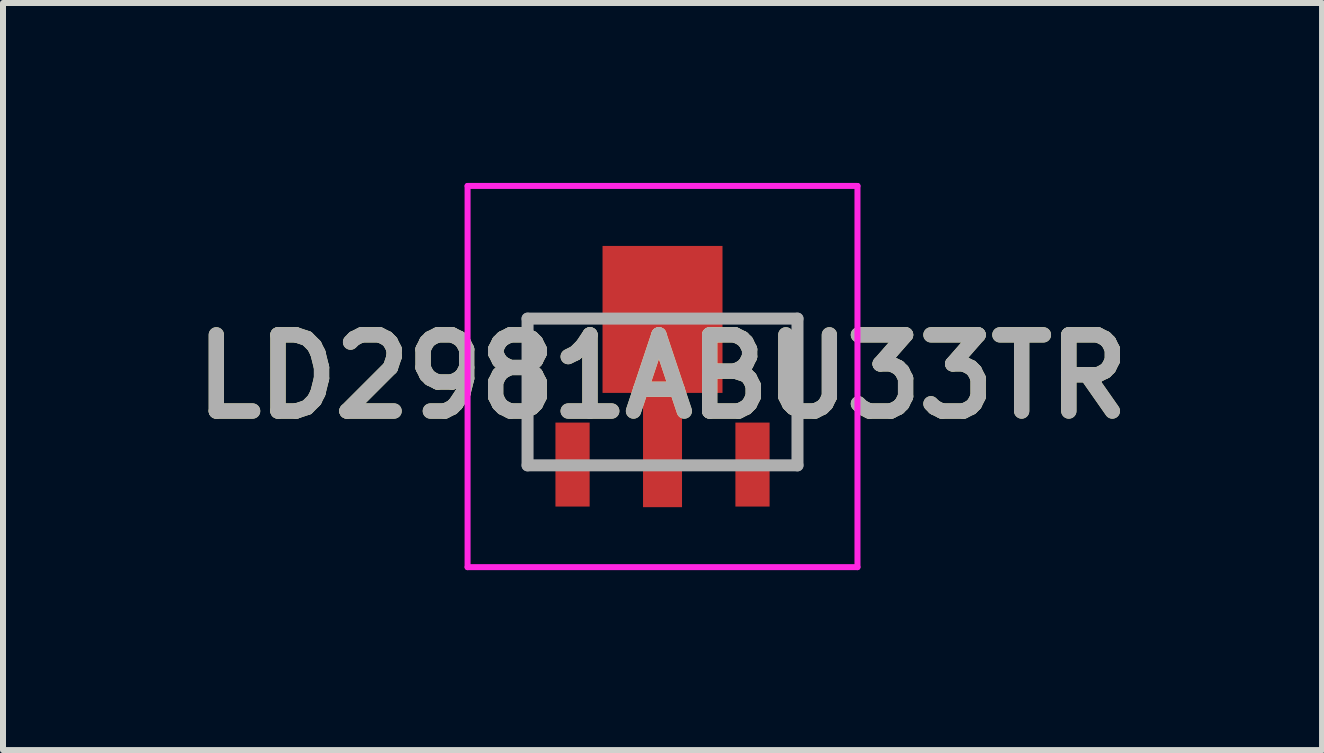
<source format=kicad_pcb>
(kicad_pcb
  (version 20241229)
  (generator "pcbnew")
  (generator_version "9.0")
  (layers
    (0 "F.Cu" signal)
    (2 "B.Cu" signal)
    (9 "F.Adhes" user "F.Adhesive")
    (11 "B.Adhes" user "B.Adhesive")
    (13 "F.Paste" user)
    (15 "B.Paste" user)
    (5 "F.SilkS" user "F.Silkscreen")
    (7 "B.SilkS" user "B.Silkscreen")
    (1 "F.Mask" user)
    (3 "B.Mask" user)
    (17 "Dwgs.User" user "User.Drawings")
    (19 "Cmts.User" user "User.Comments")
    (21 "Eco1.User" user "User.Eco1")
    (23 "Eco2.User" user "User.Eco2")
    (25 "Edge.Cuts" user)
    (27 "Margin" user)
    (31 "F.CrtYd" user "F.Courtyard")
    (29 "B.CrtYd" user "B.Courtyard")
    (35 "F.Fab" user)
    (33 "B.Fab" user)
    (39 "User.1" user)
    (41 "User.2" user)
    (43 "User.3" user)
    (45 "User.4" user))
  (footprint "LD2981ABU33TR"
    (layer "F.Cu")
    (at 7.995 3.485)
    (property "Reference" "LD2981ABU33TR" (at 0 -0.257 0) (layer "F.SilkS") (effects (font (size 1.27 1.27) (thickness 0.254))))
    (attr smd)
    (fp_line (start -2.25 -1.223) (end -2.25 1.223) (stroke (width 0.1) (type solid)) (layer "F.SilkS"))
    (fp_line (start -1.4 -1.223) (end -2.25 -1.223) (stroke (width 0.1) (type solid)) (layer "F.SilkS"))
    (fp_line (start 1.3 -1.223) (end 2.25 -1.223) (stroke (width 0.1) (type solid)) (layer "F.SilkS"))
    (fp_line (start 2.25 -1.223) (end 2.25 1.21) (stroke (width 0.1) (type solid)) (layer "F.SilkS"))
    (fp_line (start -3.25 -3.435) (end 3.25 -3.435) (stroke (width 0.1) (type solid)) (layer "F.CrtYd"))
    (fp_line (start -3.25 2.92) (end -3.25 -3.435) (stroke (width 0.1) (type solid)) (layer "F.CrtYd"))
    (fp_line (start 3.25 -3.435) (end 3.25 2.92) (stroke (width 0.1) (type solid)) (layer "F.CrtYd"))
    (fp_line (start 3.25 2.92) (end -3.25 2.92) (stroke (width 0.1) (type solid)) (layer "F.CrtYd"))
    (fp_line (start -2.25 -1.223) (end 2.25 -1.223) (stroke (width 0.2) (type solid)) (layer "F.Fab"))
    (fp_line (start -2.25 1.223) (end -2.25 -1.223) (stroke (width 0.2) (type solid)) (layer "F.Fab"))
    (fp_line (start 2.25 -1.223) (end 2.25 1.223) (stroke (width 0.2) (type solid)) (layer "F.Fab"))
    (fp_line (start 2.25 1.223) (end -2.25 1.223) (stroke (width 0.2) (type solid)) (layer "F.Fab"))
    (fp_text user "${REFERENCE}" (at 0 -0.257 0) (layer "F.Fab") (effects (font (size 1.27 1.27) (thickness 0.254))))
    (pad "1" smd rect (at -1.5 1.21) (size 0.57 1.4) (layers "F.Cu" "F.Mask" "F.Paste"))
    (pad "2" smd rect (at 0 0.97) (size 0.65 1.9) (layers "F.Cu" "F.Mask" "F.Paste"))
    (pad "3" smd rect (at 1.5 1.21) (size 0.57 1.4) (layers "F.Cu" "F.Mask" "F.Paste"))
    (pad "4" smd rect (at 0 -1.21) (size 2 2.45) (layers "F.Cu" "F.Mask" "F.Paste")))
  (gr_rect
    (start -3 -3)
    (end 18.99 9.455)
    (stroke (width 0.1) (type default))
    (fill no)
    (layer "Edge.Cuts")))
</source>
